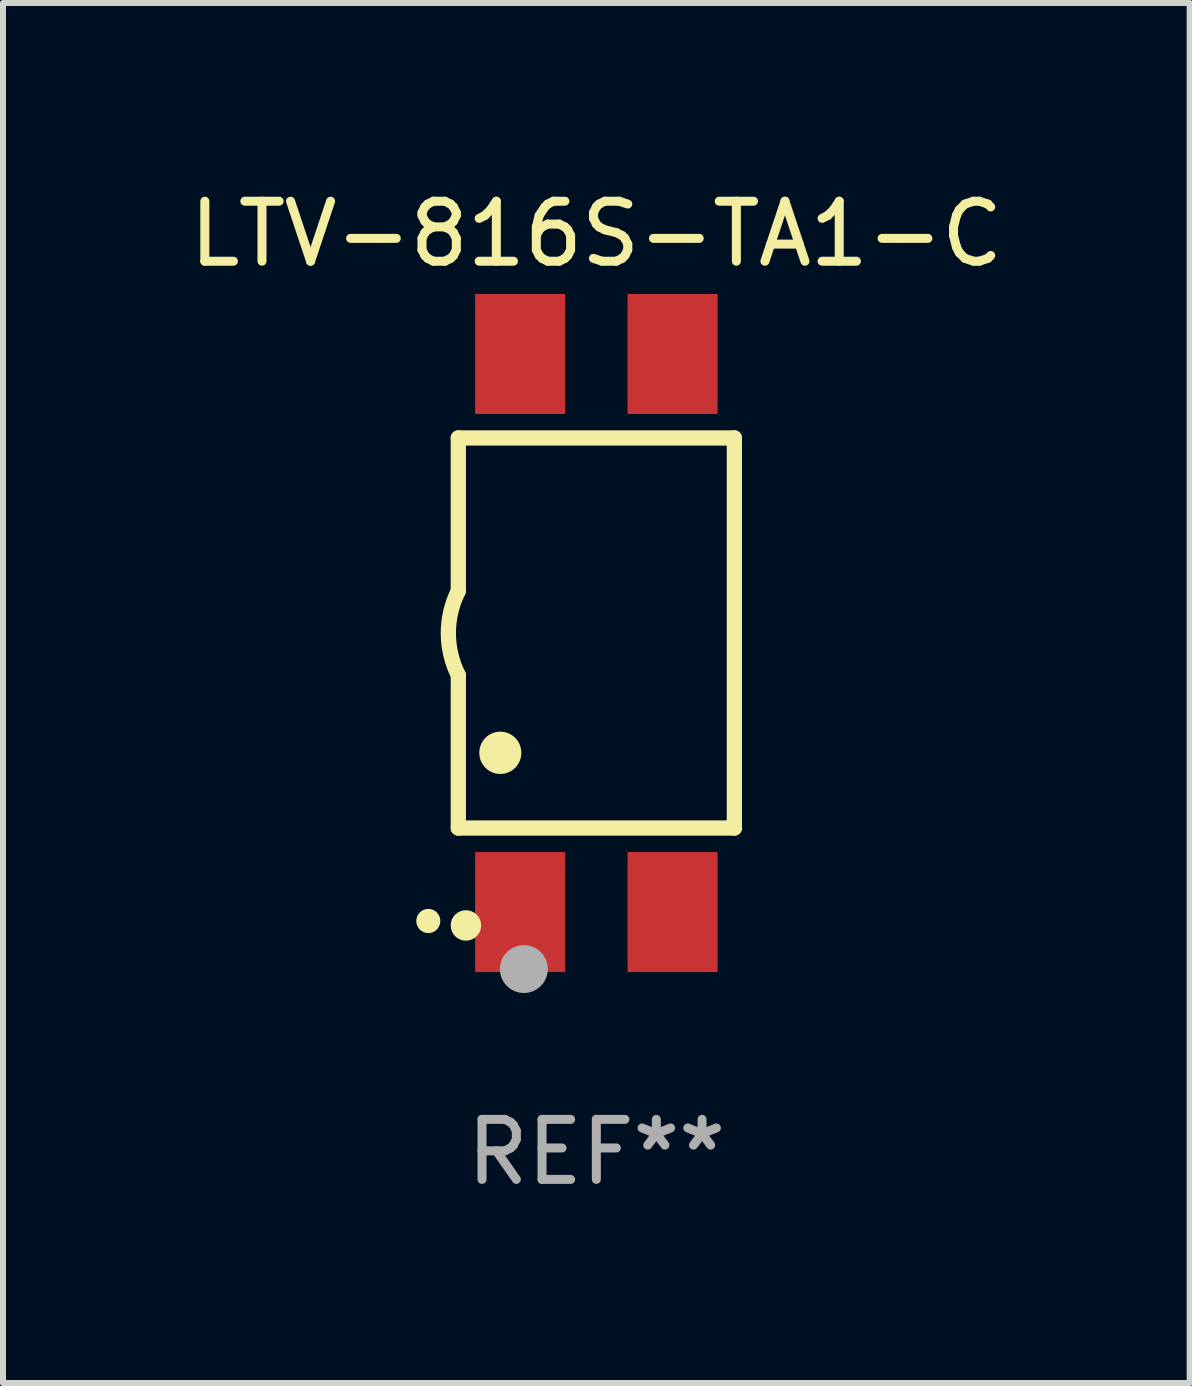
<source format=kicad_pcb>
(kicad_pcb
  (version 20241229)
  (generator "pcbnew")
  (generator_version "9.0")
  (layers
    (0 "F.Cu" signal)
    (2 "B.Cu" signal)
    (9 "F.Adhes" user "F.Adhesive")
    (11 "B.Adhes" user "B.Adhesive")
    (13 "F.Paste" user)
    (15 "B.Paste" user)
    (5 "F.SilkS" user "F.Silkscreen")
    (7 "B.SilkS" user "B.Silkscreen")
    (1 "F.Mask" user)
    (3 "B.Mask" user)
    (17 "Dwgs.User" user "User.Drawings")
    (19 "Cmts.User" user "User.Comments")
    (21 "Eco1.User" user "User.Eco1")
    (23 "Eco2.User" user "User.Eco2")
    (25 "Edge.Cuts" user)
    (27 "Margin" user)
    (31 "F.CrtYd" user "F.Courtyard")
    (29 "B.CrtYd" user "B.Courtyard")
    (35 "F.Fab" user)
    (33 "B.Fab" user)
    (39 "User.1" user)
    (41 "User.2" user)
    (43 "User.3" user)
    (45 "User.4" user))
  (footprint "LTV-816S-TA1-C"
    (layer "F.Cu")
    (at 6.887 7.498)
    (property "Reference" "LTV-816S-TA1-C" (at 0 -6.65 0) (layer "F.SilkS") (effects (font (size 1 1) (thickness 0.15))))
    (attr through_hole)
    (fp_line (start -2.3 -3.25) (end -2.3 -0.7) (stroke (width 0.254) (type solid)) (layer "F.SilkS"))
    (fp_line (start -2.3 -3.25) (end 2.3 -3.25) (stroke (width 0.254) (type solid)) (layer "F.SilkS"))
    (fp_line (start -2.3 3.25) (end -2.3 0.7) (stroke (width 0.254) (type solid)) (layer "F.SilkS"))
    (fp_line (start 2.3 -3.25) (end 2.3 3.25) (stroke (width 0.254) (type solid)) (layer "F.SilkS"))
    (fp_line (start 2.3 3.25) (end -2.3 3.25) (stroke (width 0.254) (type solid)) (layer "F.SilkS"))
    (fp_arc (start -2.800013 4.800025) (mid -2.800017 4.798755) (end -2.800013 4.797485) (stroke (width 0.4) (type solid)) (layer "F.SilkS"))
    (fp_arc (start -2.300928 0.701041) (mid -2.465983 0.000425) (end -2.300013 -0.699975) (stroke (width 0.254001) (type solid)) (layer "F.SilkS"))
    (fp_arc (start -1.600216 1.999009) (mid -1.600225 1.996469) (end -1.600216 1.993929) (stroke (width 0.700003) (type solid)) (layer "F.SilkS"))
    (fp_circle (center -2.173 4.873) (end -2.046 4.873) (stroke (width 0.254) (type solid)) (fill no) (layer "F.SilkS"))
    (fp_circle (center -1.208 5.6) (end -1.008 5.6) (stroke (width 0.4) (type solid)) (fill no) (layer "F.Fab"))
    (fp_text user "REF**" (at 0 8.65 0) (layer "F.Fab") (effects (font (size 1 1) (thickness 0.15))))
    (pad "1" smd rect (at -1.27 4.65 180) (size 1.5 2) (layers "F.Cu" "F.Mask" "F.Paste"))
    (pad "2" smd rect (at 1.27 4.65 180) (size 1.5 2) (layers "F.Cu" "F.Mask" "F.Paste"))
    (pad "3" smd rect (at 1.27 -4.65 180) (size 1.5 2) (layers "F.Cu" "F.Mask" "F.Paste"))
    (pad "4" smd rect (at -1.27 -4.65 180) (size 1.5 2) (layers "F.Cu" "F.Mask" "F.Paste")))
  (gr_rect
    (start -3 -3)
    (end 16.774 19.996)
    (stroke (width 0.1) (type default))
    (fill no)
    (layer "Edge.Cuts")))
</source>
